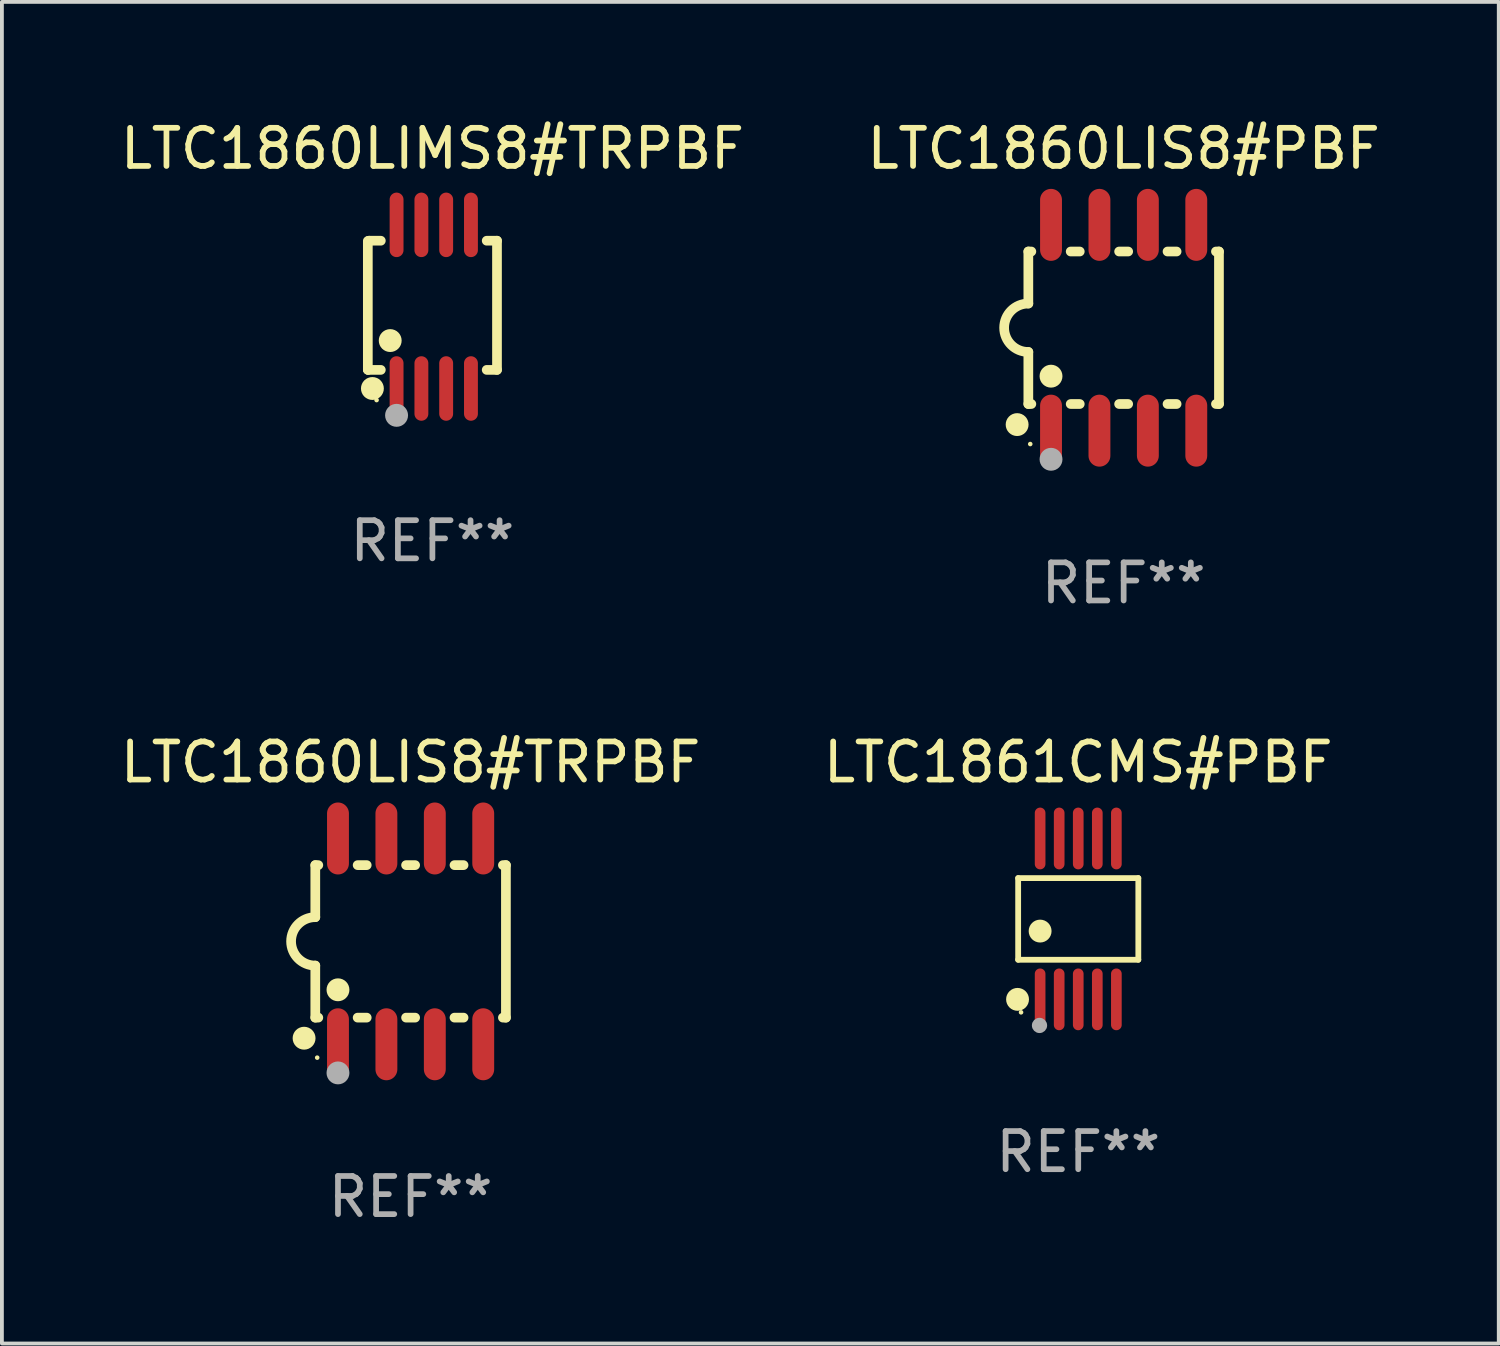
<source format=kicad_pcb>
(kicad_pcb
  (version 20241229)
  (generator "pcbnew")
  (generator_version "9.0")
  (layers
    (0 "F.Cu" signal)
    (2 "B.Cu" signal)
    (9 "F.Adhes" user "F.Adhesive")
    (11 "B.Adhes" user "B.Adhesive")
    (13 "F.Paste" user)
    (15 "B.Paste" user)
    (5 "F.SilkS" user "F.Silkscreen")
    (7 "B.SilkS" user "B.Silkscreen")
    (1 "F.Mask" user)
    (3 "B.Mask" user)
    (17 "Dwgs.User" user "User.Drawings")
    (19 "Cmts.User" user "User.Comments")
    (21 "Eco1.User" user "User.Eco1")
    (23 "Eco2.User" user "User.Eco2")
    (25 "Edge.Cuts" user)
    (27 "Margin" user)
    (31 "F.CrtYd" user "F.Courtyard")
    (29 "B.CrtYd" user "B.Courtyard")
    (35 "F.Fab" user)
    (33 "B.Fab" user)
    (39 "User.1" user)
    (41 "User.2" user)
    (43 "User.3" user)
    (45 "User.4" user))
  (footprint "LTC1860LIS8#TRPBF"
    (layer "F.Cu")
    (at 7.72 21.642)
    (property "Reference" "LTC1860LIS8#TRPBF" (at 0 -4.699 0) (layer "F.SilkS") (effects (font (size 1 1) (thickness 0.15))))
    (attr through_hole)
    (fp_line (start -2.5 -2) (end -2.5 -0.635) (stroke (width 0.254) (type solid)) (layer "F.SilkS"))
    (fp_line (start -2.5 -2) (end -2.421 -2) (stroke (width 0.254) (type solid)) (layer "F.SilkS"))
    (fp_line (start -2.5 2) (end -2.5 0.635) (stroke (width 0.254) (type solid)) (layer "F.SilkS"))
    (fp_line (start -2.5 2) (end -2.421 2) (stroke (width 0.254) (type solid)) (layer "F.SilkS"))
    (fp_line (start -1.389 -2) (end -1.151 -2) (stroke (width 0.254) (type solid)) (layer "F.SilkS"))
    (fp_line (start -1.389 2) (end -1.151 2) (stroke (width 0.254) (type solid)) (layer "F.SilkS"))
    (fp_line (start -0.119 -2) (end 0.119 -2) (stroke (width 0.254) (type solid)) (layer "F.SilkS"))
    (fp_line (start -0.119 2) (end 0.119 2) (stroke (width 0.254) (type solid)) (layer "F.SilkS"))
    (fp_line (start 1.151 -2) (end 1.389 -2) (stroke (width 0.254) (type solid)) (layer "F.SilkS"))
    (fp_line (start 1.151 2) (end 1.389 2) (stroke (width 0.254) (type solid)) (layer "F.SilkS"))
    (fp_line (start 2.421 -2) (end 2.5 -2) (stroke (width 0.254) (type solid)) (layer "F.SilkS"))
    (fp_line (start 2.421 2) (end 2.5 2) (stroke (width 0.254) (type solid)) (layer "F.SilkS"))
    (fp_line (start 2.5 -2) (end 2.5 2) (stroke (width 0.254) (type solid)) (layer "F.SilkS"))
    (fp_arc (start -2.5 0.635001) (mid -3.134366 -0.000318) (end -2.499365 -0.635001) (stroke (width 0.254001) (type solid)) (layer "F.SilkS"))
    (fp_circle (center -2.794 2.54) (end -2.644 2.54) (stroke (width 0.3) (type solid)) (fill no) (layer "F.SilkS"))
    (fp_circle (center -2.45 3.05) (end -2.42 3.05) (stroke (width 0.06) (type solid)) (fill no) (layer "F.SilkS"))
    (fp_circle (center -1.905 1.27) (end -1.755 1.27) (stroke (width 0.3) (type solid)) (fill no) (layer "F.SilkS"))
    (fp_circle (center -1.905 3.45) (end -1.755 3.45) (stroke (width 0.3) (type solid)) (fill no) (layer "F.Fab"))
    (fp_text user "REF**" (at 0 6.699 0) (layer "F.Fab") (effects (font (size 1 1) (thickness 0.15))))
    (pad "1" smd oval (at -1.905 2.699) (size 0.574 1.888) (layers "F.Cu" "F.Mask" "F.Paste"))
    (pad "2" smd oval (at -0.635 2.699) (size 0.574 1.888) (layers "F.Cu" "F.Mask" "F.Paste"))
    (pad "3" smd oval (at 0.635 2.699) (size 0.574 1.888) (layers "F.Cu" "F.Mask" "F.Paste"))
    (pad "4" smd oval (at 1.905 2.699) (size 0.574 1.888) (layers "F.Cu" "F.Mask" "F.Paste"))
    (pad "5" smd oval (at 1.905 -2.699) (size 0.574 1.888) (layers "F.Cu" "F.Mask" "F.Paste"))
    (pad "6" smd oval (at 0.635 -2.699) (size 0.574 1.888) (layers "F.Cu" "F.Mask" "F.Paste"))
    (pad "7" smd oval (at -0.635 -2.699) (size 0.574 1.888) (layers "F.Cu" "F.Mask" "F.Paste"))
    (pad "8" smd oval (at -1.905 -2.699) (size 0.574 1.888) (layers "F.Cu" "F.Mask" "F.Paste")))
  (footprint "LTC1861CMS#PBF"
    (layer "F.Cu")
    (at 25.232 21.053)
    (property "Reference" "LTC1861CMS#PBF" (at 0 -4.11 0) (layer "F.SilkS") (effects (font (size 1 1) (thickness 0.15))))
    (attr through_hole)
    (fp_line (start -1.576 -1.071) (end 1.576 -1.071) (stroke (width 0.152) (type solid)) (layer "F.SilkS"))
    (fp_line (start -1.576 1.071) (end -1.576 -1.071) (stroke (width 0.152) (type solid)) (layer "F.SilkS"))
    (fp_line (start 1.576 -1.071) (end 1.576 1.071) (stroke (width 0.152) (type solid)) (layer "F.SilkS"))
    (fp_line (start 1.576 1.071) (end -1.576 1.071) (stroke (width 0.152) (type solid)) (layer "F.SilkS"))
    (fp_circle (center -1.592 2.11) (end -1.442 2.11) (stroke (width 0.3) (type solid)) (fill no) (layer "F.SilkS"))
    (fp_circle (center -1.5 2.45) (end -1.47 2.45) (stroke (width 0.06) (type solid)) (fill no) (layer "F.SilkS"))
    (fp_circle (center -1 0.319) (end -0.85 0.319) (stroke (width 0.3) (type solid)) (fill no) (layer "F.SilkS"))
    (fp_circle (center -1.016 2.794) (end -0.916 2.794) (stroke (width 0.2) (type solid)) (fill no) (layer "F.Fab"))
    (fp_text user "REF**" (at 0 6.11 0) (layer "F.Fab") (effects (font (size 1 1) (thickness 0.15))))
    (pad "1" smd oval (at -1 2.11) (size 0.28 1.62) (layers "F.Cu" "F.Mask" "F.Paste"))
    (pad "2" smd oval (at -0.5 2.11) (size 0.28 1.62) (layers "F.Cu" "F.Mask" "F.Paste"))
    (pad "3" smd oval (at 0 2.11) (size 0.28 1.62) (layers "F.Cu" "F.Mask" "F.Paste"))
    (pad "4" smd oval (at 0.5 2.11) (size 0.28 1.62) (layers "F.Cu" "F.Mask" "F.Paste"))
    (pad "5" smd oval (at 1 2.11) (size 0.28 1.62) (layers "F.Cu" "F.Mask" "F.Paste"))
    (pad "6" smd oval (at 1 -2.11) (size 0.28 1.62) (layers "F.Cu" "F.Mask" "F.Paste"))
    (pad "7" smd oval (at 0.5 -2.11) (size 0.28 1.62) (layers "F.Cu" "F.Mask" "F.Paste"))
    (pad "8" smd oval (at 0 -2.11) (size 0.28 1.62) (layers "F.Cu" "F.Mask" "F.Paste"))
    (pad "9" smd oval (at -0.5 -2.11) (size 0.28 1.62) (layers "F.Cu" "F.Mask" "F.Paste"))
    (pad "10" smd oval (at -1 -2.11) (size 0.28 1.62) (layers "F.Cu" "F.Mask" "F.Paste")))
  (footprint "LTC1860LIS8#PBF"
    (layer "F.Cu")
    (at 26.423 5.547)
    (property "Reference" "LTC1860LIS8#PBF" (at 0 -4.699 0) (layer "F.SilkS") (effects (font (size 1 1) (thickness 0.15))))
    (attr through_hole)
    (fp_line (start -2.5 -2) (end -2.5 -0.635) (stroke (width 0.254) (type solid)) (layer "F.SilkS"))
    (fp_line (start -2.5 -2) (end -2.421 -2) (stroke (width 0.254) (type solid)) (layer "F.SilkS"))
    (fp_line (start -2.5 2) (end -2.5 0.635) (stroke (width 0.254) (type solid)) (layer "F.SilkS"))
    (fp_line (start -2.5 2) (end -2.421 2) (stroke (width 0.254) (type solid)) (layer "F.SilkS"))
    (fp_line (start -1.389 -2) (end -1.151 -2) (stroke (width 0.254) (type solid)) (layer "F.SilkS"))
    (fp_line (start -1.389 2) (end -1.151 2) (stroke (width 0.254) (type solid)) (layer "F.SilkS"))
    (fp_line (start -0.119 -2) (end 0.119 -2) (stroke (width 0.254) (type solid)) (layer "F.SilkS"))
    (fp_line (start -0.119 2) (end 0.119 2) (stroke (width 0.254) (type solid)) (layer "F.SilkS"))
    (fp_line (start 1.151 -2) (end 1.389 -2) (stroke (width 0.254) (type solid)) (layer "F.SilkS"))
    (fp_line (start 1.151 2) (end 1.389 2) (stroke (width 0.254) (type solid)) (layer "F.SilkS"))
    (fp_line (start 2.421 -2) (end 2.5 -2) (stroke (width 0.254) (type solid)) (layer "F.SilkS"))
    (fp_line (start 2.421 2) (end 2.5 2) (stroke (width 0.254) (type solid)) (layer "F.SilkS"))
    (fp_line (start 2.5 -2) (end 2.5 2) (stroke (width 0.254) (type solid)) (layer "F.SilkS"))
    (fp_arc (start -2.5 0.635001) (mid -3.134366 -0.000318) (end -2.499365 -0.635001) (stroke (width 0.254001) (type solid)) (layer "F.SilkS"))
    (fp_circle (center -2.794 2.54) (end -2.644 2.54) (stroke (width 0.3) (type solid)) (fill no) (layer "F.SilkS"))
    (fp_circle (center -2.45 3.05) (end -2.42 3.05) (stroke (width 0.06) (type solid)) (fill no) (layer "F.SilkS"))
    (fp_circle (center -1.905 1.27) (end -1.755 1.27) (stroke (width 0.3) (type solid)) (fill no) (layer "F.SilkS"))
    (fp_circle (center -1.905 3.45) (end -1.755 3.45) (stroke (width 0.3) (type solid)) (fill no) (layer "F.Fab"))
    (fp_text user "REF**" (at 0 6.699 0) (layer "F.Fab") (effects (font (size 1 1) (thickness 0.15))))
    (pad "1" smd oval (at -1.905 2.699) (size 0.574 1.888) (layers "F.Cu" "F.Mask" "F.Paste"))
    (pad "2" smd oval (at -0.635 2.699) (size 0.574 1.888) (layers "F.Cu" "F.Mask" "F.Paste"))
    (pad "3" smd oval (at 0.635 2.699) (size 0.574 1.888) (layers "F.Cu" "F.Mask" "F.Paste"))
    (pad "4" smd oval (at 1.905 2.699) (size 0.574 1.888) (layers "F.Cu" "F.Mask" "F.Paste"))
    (pad "5" smd oval (at 1.905 -2.699) (size 0.574 1.888) (layers "F.Cu" "F.Mask" "F.Paste"))
    (pad "6" smd oval (at 0.635 -2.699) (size 0.574 1.888) (layers "F.Cu" "F.Mask" "F.Paste"))
    (pad "7" smd oval (at -0.635 -2.699) (size 0.574 1.888) (layers "F.Cu" "F.Mask" "F.Paste"))
    (pad "8" smd oval (at -1.905 -2.699) (size 0.574 1.888) (layers "F.Cu" "F.Mask" "F.Paste")))
  (footprint "LTC1860LIMS8#TRPBF"
    (layer "F.Cu")
    (at 8.292 4.994)
    (property "Reference" "LTC1860LIMS8#TRPBF" (at 0 -4.146 0) (layer "F.SilkS") (effects (font (size 1 1) (thickness 0.15))))
    (attr through_hole)
    (fp_line (start -1.694 -1.724) (end -1.694 1.652) (stroke (width 0.254) (type solid)) (layer "F.SilkS"))
    (fp_line (start -1.694 1.652) (end -1.688 1.658) (stroke (width 0.254) (type solid)) (layer "F.SilkS"))
    (fp_line (start -1.688 1.658) (end -1.353 1.658) (stroke (width 0.254) (type solid)) (layer "F.SilkS"))
    (fp_line (start -1.661 -1.73) (end -1.681 -1.71) (stroke (width 0.254) (type solid)) (layer "F.SilkS"))
    (fp_line (start -1.353 -1.73) (end -1.661 -1.73) (stroke (width 0.254) (type solid)) (layer "F.SilkS"))
    (fp_line (start 1.424 1.658) (end 1.694 1.658) (stroke (width 0.254) (type solid)) (layer "F.SilkS"))
    (fp_line (start 1.694 -1.73) (end 1.424 -1.73) (stroke (width 0.254) (type solid)) (layer "F.SilkS"))
    (fp_line (start 1.694 1.658) (end 1.694 -1.73) (stroke (width 0.254) (type solid)) (layer "F.SilkS"))
    (fp_circle (center -1.574 2.146) (end -1.424 2.146) (stroke (width 0.3) (type solid)) (fill no) (layer "F.SilkS"))
    (fp_circle (center -1.464 2.45) (end -1.434 2.45) (stroke (width 0.06) (type solid)) (fill no) (layer "F.SilkS"))
    (fp_circle (center -1.107 0.889) (end -0.957 0.889) (stroke (width 0.3) (type solid)) (fill no) (layer "F.SilkS"))
    (fp_circle (center -0.94 2.85) (end -0.789 2.85) (stroke (width 0.3) (type solid)) (fill no) (layer "F.Fab"))
    (fp_text user "REF**" (at 0 6.146 0) (layer "F.Fab") (effects (font (size 1 1) (thickness 0.15))))
    (pad "1" smd oval (at -0.94 2.146) (size 0.364 1.692) (layers "F.Cu" "F.Mask" "F.Paste"))
    (pad "2" smd oval (at -0.289 2.146) (size 0.364 1.692) (layers "F.Cu" "F.Mask" "F.Paste"))
    (pad "3" smd oval (at 0.361 2.146) (size 0.364 1.692) (layers "F.Cu" "F.Mask" "F.Paste"))
    (pad "4" smd oval (at 1.011 2.146) (size 0.364 1.692) (layers "F.Cu" "F.Mask" "F.Paste"))
    (pad "5" smd oval (at 1.011 -2.146) (size 0.364 1.692) (layers "F.Cu" "F.Mask" "F.Paste"))
    (pad "6" smd oval (at 0.361 -2.146) (size 0.364 1.692) (layers "F.Cu" "F.Mask" "F.Paste"))
    (pad "7" smd oval (at -0.289 -2.146) (size 0.364 1.692) (layers "F.Cu" "F.Mask" "F.Paste"))
    (pad "8" smd oval (at -0.94 -2.146) (size 0.364 1.692) (layers "F.Cu" "F.Mask" "F.Paste")))
  (gr_rect
    (start -3 -3)
    (end 36.262 32.189)
    (stroke (width 0.1) (type default))
    (fill no)
    (layer "Edge.Cuts")))
</source>
